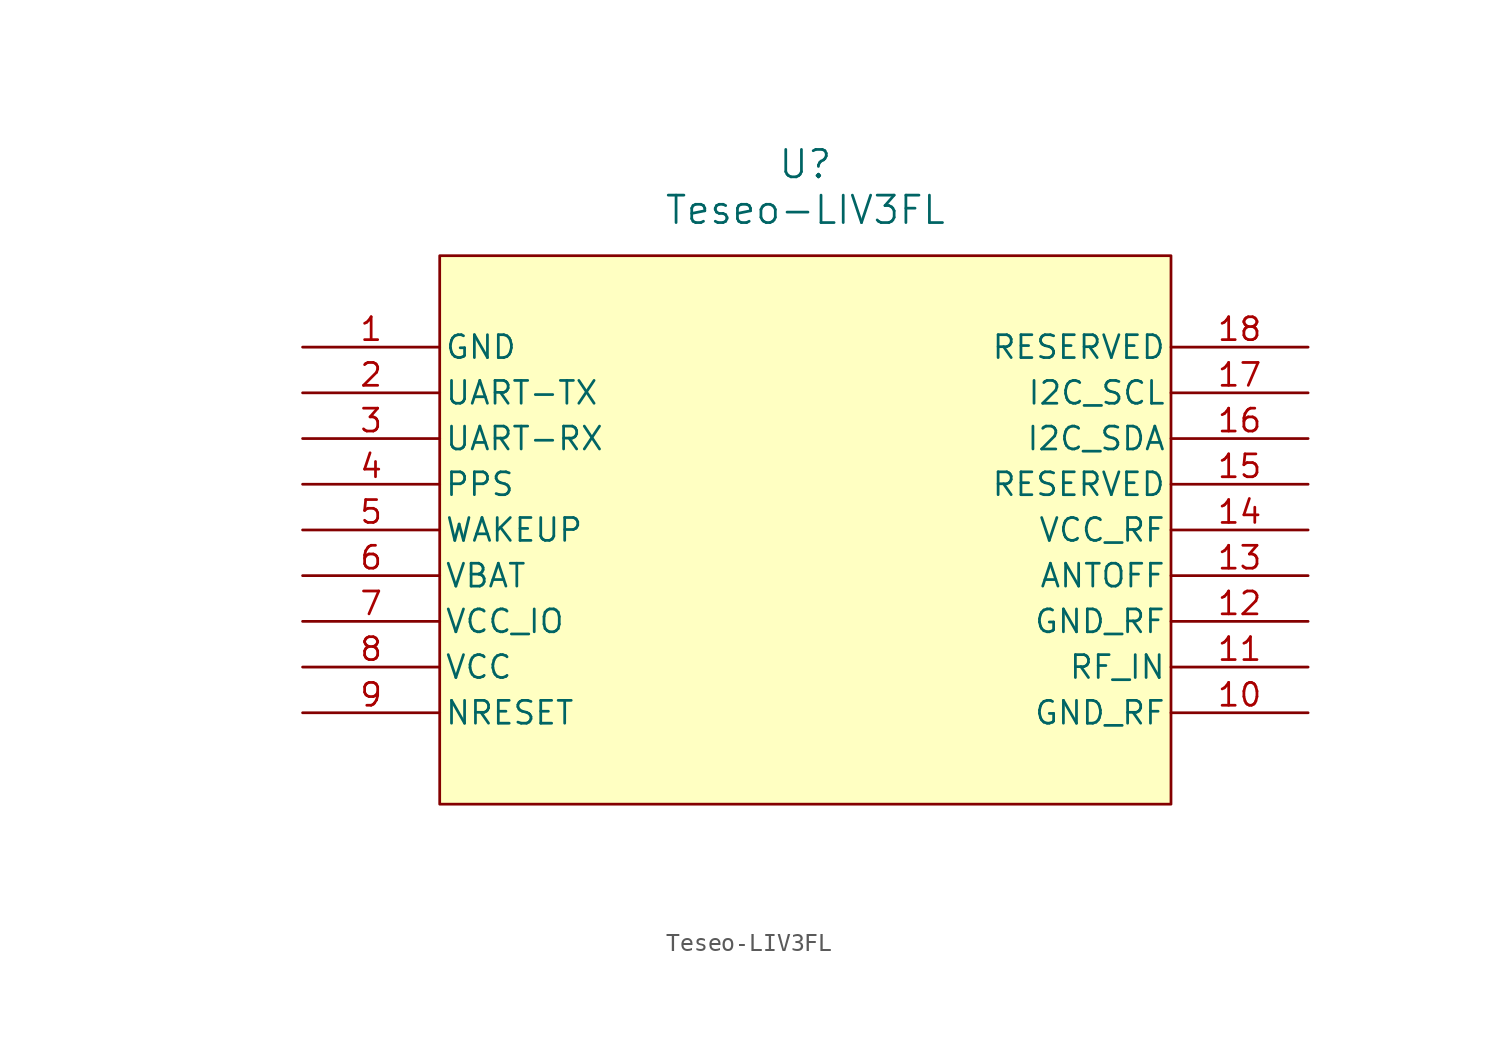
<source format=kicad_sym>
(kicad_symbol_lib
  (version 20220914)
  (generator kicad_symbol_editor)
  (symbol "Teseo-LIV3FL"
    (pin_names
      (offset 0.254))
    (property "Reference" "U"
      (at 27.94 10.16 0)
      (effects (font (size 1.524 1.524))))
    (property "Value" "Teseo-LIV3FL"
      (at 27.94 7.62 0)
      (effects (font (size 1.524 1.524))))
    (property "ki_locked" ""
      (at 0 0 0)
      (effects (font (size 1.27 1.27))))
    (symbol "Teseo-LIV3FL_0_0"
      (text "" (at -6.35 -27.94 0) (effects (font (size 1.27 1.27))))
      (text "" (at 19.05 -10.16 0) (effects (font (size 1.27 1.27))))
      (text "" (at 23.213 -13.113 0) (effects (font (size 1.27 1.27)))))
    (symbol "Teseo-LIV3FL_0_1"
      (pin power_out line (at 0 0 0) (length 7.62) (name "GND" (effects (font (size 1.27 1.27)))) (number "1" (effects (font (size 1.27 1.27)))))
      (pin power_out line (at 55.88 -20.32 180) (length 7.62) (name "GND_RF" (effects (font (size 1.27 1.27)))) (number "10" (effects (font (size 1.27 1.27)))))
      (pin unspecified line (at 55.88 -17.78 180) (length 7.62) (name "RF_IN" (effects (font (size 1.27 1.27)))) (number "11" (effects (font (size 1.27 1.27)))))
      (pin power_out line (at 55.88 -15.24 180) (length 7.62) (name "GND_RF" (effects (font (size 1.27 1.27)))) (number "12" (effects (font (size 1.27 1.27)))))
      (pin unspecified line (at 55.88 -12.7 180) (length 7.62) (name "ANTOFF" (effects (font (size 1.27 1.27)))) (number "13" (effects (font (size 1.27 1.27)))))
      (pin power_in line (at 55.88 -10.16 180) (length 7.62) (name "VCC_RF" (effects (font (size 1.27 1.27)))) (number "14" (effects (font (size 1.27 1.27)))))
      (pin unspecified line (at 55.88 -7.62 180) (length 7.62) (name "RESERVED" (effects (font (size 1.27 1.27)))) (number "15" (effects (font (size 1.27 1.27)))))
      (pin bidirectional line (at 55.88 -5.08 180) (length 7.62) (name "I2C_SDA" (effects (font (size 1.27 1.27)))) (number "16" (effects (font (size 1.27 1.27)))))
      (pin bidirectional line (at 55.88 -2.54 180) (length 7.62) (name "I2C_SCL" (effects (font (size 1.27 1.27)))) (number "17" (effects (font (size 1.27 1.27)))))
      (pin unspecified line (at 55.88 0 180) (length 7.62) (name "RESERVED" (effects (font (size 1.27 1.27)))) (number "18" (effects (font (size 1.27 1.27)))))
      (pin bidirectional line (at 0 -2.54 0) (length 7.62) (name "UART-TX" (effects (font (size 1.27 1.27)))) (number "2" (effects (font (size 1.27 1.27)))))
      (pin bidirectional line (at 0 -5.08 0) (length 7.62) (name "UART-RX" (effects (font (size 1.27 1.27)))) (number "3" (effects (font (size 1.27 1.27)))))
      (pin unspecified line (at 0 -7.62 0) (length 7.62) (name "PPS" (effects (font (size 1.27 1.27)))) (number "4" (effects (font (size 1.27 1.27)))))
      (pin unspecified line (at 0 -10.16 0) (length 7.62) (name "WAKEUP" (effects (font (size 1.27 1.27)))) (number "5" (effects (font (size 1.27 1.27)))))
      (pin unspecified line (at 0 -12.7 0) (length 7.62) (name "VBAT" (effects (font (size 1.27 1.27)))) (number "6" (effects (font (size 1.27 1.27)))))
      (pin power_in line (at 0 -15.24 0) (length 7.62) (name "VCC_IO" (effects (font (size 1.27 1.27)))) (number "7" (effects (font (size 1.27 1.27)))))
      (pin power_in line (at 0 -17.78 0) (length 7.62) (name "VCC" (effects (font (size 1.27 1.27)))) (number "8" (effects (font (size 1.27 1.27)))))
      (pin unspecified line (at 0 -20.32 0) (length 7.62) (name "NRESET" (effects (font (size 1.27 1.27)))) (number "9" (effects (font (size 1.27 1.27))))))
    (symbol "Teseo-LIV3FL_1_1"
      (rectangle (start 7.62 5.08) (end 48.26 -25.4) (stroke (width 0) (type default)) (fill (type background))))))
</source>
